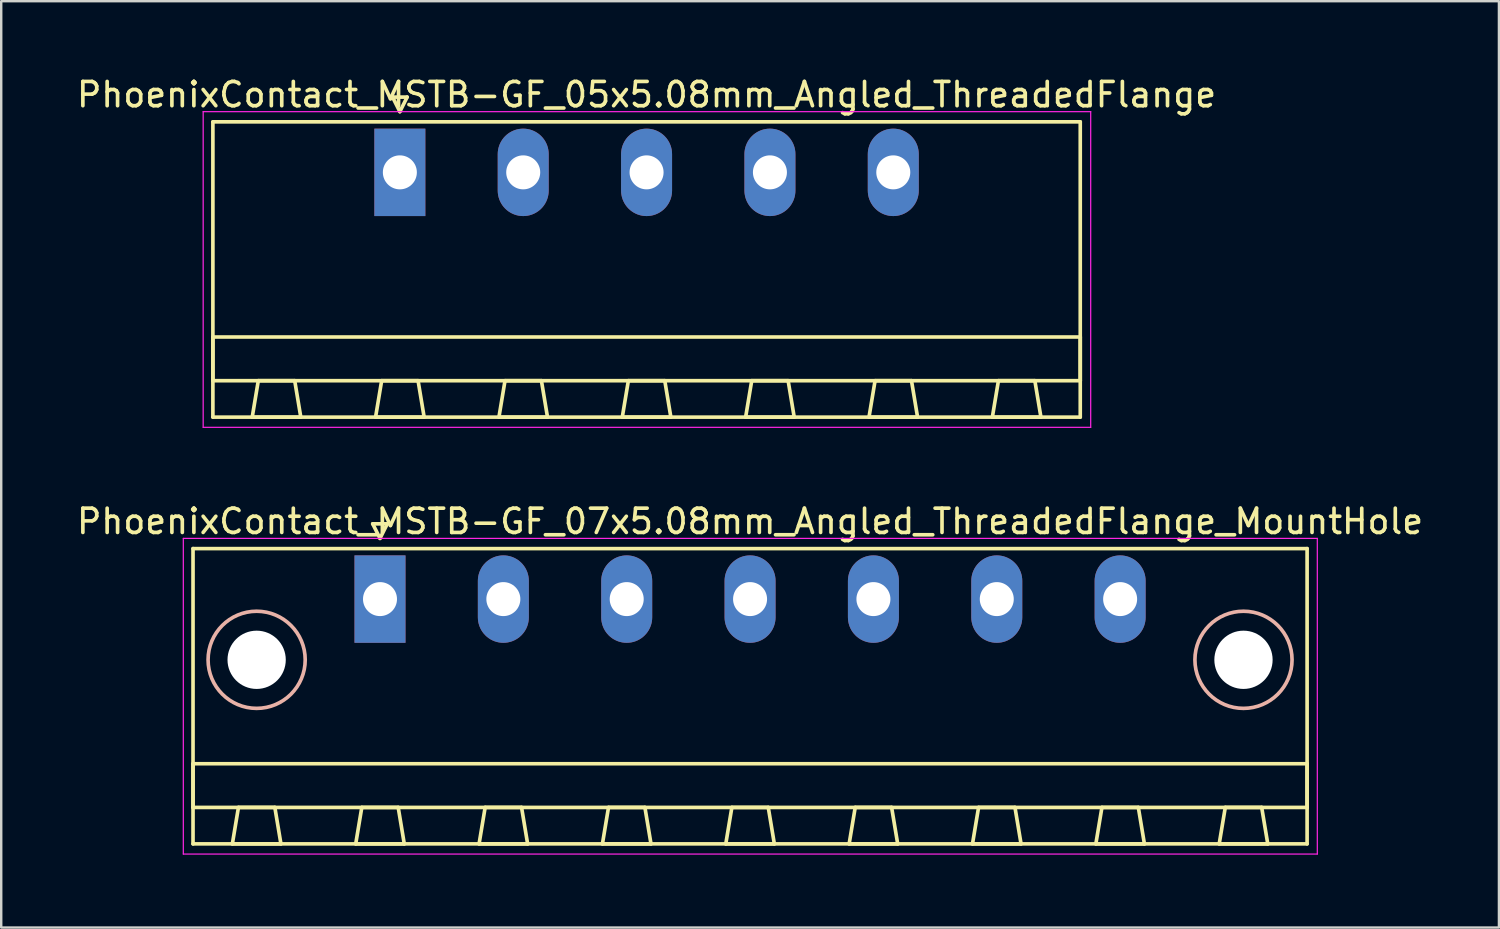
<source format=kicad_pcb>
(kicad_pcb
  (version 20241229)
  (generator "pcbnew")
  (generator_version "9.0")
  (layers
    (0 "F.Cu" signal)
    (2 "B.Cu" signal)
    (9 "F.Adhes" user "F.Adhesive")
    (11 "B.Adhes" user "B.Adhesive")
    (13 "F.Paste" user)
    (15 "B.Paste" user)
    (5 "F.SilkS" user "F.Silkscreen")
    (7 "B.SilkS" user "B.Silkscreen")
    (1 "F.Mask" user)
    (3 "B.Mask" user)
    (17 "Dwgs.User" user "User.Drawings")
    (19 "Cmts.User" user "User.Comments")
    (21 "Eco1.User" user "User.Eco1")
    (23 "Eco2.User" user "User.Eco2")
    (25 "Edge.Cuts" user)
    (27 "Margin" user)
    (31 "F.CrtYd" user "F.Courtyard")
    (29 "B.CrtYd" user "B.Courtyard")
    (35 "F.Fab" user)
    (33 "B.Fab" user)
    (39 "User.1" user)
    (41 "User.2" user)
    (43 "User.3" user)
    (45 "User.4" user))
  (footprint "PhoenixContact_MSTB-GF_07x5.08mm_Angled_ThreadedFlange_MountHole"
    (layer "F.Cu")
    (at 12.599 21.622)
    (property "Reference" "PhoenixContact_MSTB-GF_07x5.08mm_Angled_ThreadedFlange_MountHole" (at 15.24 -3.2 0) (layer "F.SilkS") (effects (font (size 1 1) (thickness 0.15))))
    (attr through_hole)
    (fp_line (start -7.7 -2.08) (end -7.7 10.08) (stroke (width 0.15) (type solid)) (layer "F.SilkS"))
    (fp_line (start -7.7 6.78) (end 38.18 6.78) (stroke (width 0.15) (type solid)) (layer "F.SilkS"))
    (fp_line (start -7.7 8.58) (end -7.7 6.78) (stroke (width 0.15) (type solid)) (layer "F.SilkS"))
    (fp_line (start -7.7 10.08) (end 38.18 10.08) (stroke (width 0.15) (type solid)) (layer "F.SilkS"))
    (fp_line (start -6.08 10.08) (end -4.08 10.08) (stroke (width 0.15) (type solid)) (layer "F.SilkS"))
    (fp_line (start -5.83 8.58) (end -6.08 10.08) (stroke (width 0.15) (type solid)) (layer "F.SilkS"))
    (fp_line (start -4.33 8.58) (end -5.83 8.58) (stroke (width 0.15) (type solid)) (layer "F.SilkS"))
    (fp_line (start -4.08 10.08) (end -4.33 8.58) (stroke (width 0.15) (type solid)) (layer "F.SilkS"))
    (fp_line (start -1 10.08) (end 1 10.08) (stroke (width 0.15) (type solid)) (layer "F.SilkS"))
    (fp_line (start -0.75 8.58) (end -1 10.08) (stroke (width 0.15) (type solid)) (layer "F.SilkS"))
    (fp_line (start -0.3 -3.1) (end 0 -2.5) (stroke (width 0.15) (type solid)) (layer "F.SilkS"))
    (fp_line (start 0 -2.5) (end 0.3 -3.1) (stroke (width 0.15) (type solid)) (layer "F.SilkS"))
    (fp_line (start 0.3 -3.1) (end -0.3 -3.1) (stroke (width 0.15) (type solid)) (layer "F.SilkS"))
    (fp_line (start 0.75 8.58) (end -0.75 8.58) (stroke (width 0.15) (type solid)) (layer "F.SilkS"))
    (fp_line (start 1 10.08) (end 0.75 8.58) (stroke (width 0.15) (type solid)) (layer "F.SilkS"))
    (fp_line (start 4.08 10.08) (end 6.08 10.08) (stroke (width 0.15) (type solid)) (layer "F.SilkS"))
    (fp_line (start 4.33 8.58) (end 4.08 10.08) (stroke (width 0.15) (type solid)) (layer "F.SilkS"))
    (fp_line (start 5.83 8.58) (end 4.33 8.58) (stroke (width 0.15) (type solid)) (layer "F.SilkS"))
    (fp_line (start 6.08 10.08) (end 5.83 8.58) (stroke (width 0.15) (type solid)) (layer "F.SilkS"))
    (fp_line (start 9.16 10.08) (end 11.16 10.08) (stroke (width 0.15) (type solid)) (layer "F.SilkS"))
    (fp_line (start 9.41 8.58) (end 9.16 10.08) (stroke (width 0.15) (type solid)) (layer "F.SilkS"))
    (fp_line (start 10.91 8.58) (end 9.41 8.58) (stroke (width 0.15) (type solid)) (layer "F.SilkS"))
    (fp_line (start 11.16 10.08) (end 10.91 8.58) (stroke (width 0.15) (type solid)) (layer "F.SilkS"))
    (fp_line (start 14.24 10.08) (end 16.24 10.08) (stroke (width 0.15) (type solid)) (layer "F.SilkS"))
    (fp_line (start 14.49 8.58) (end 14.24 10.08) (stroke (width 0.15) (type solid)) (layer "F.SilkS"))
    (fp_line (start 15.99 8.58) (end 14.49 8.58) (stroke (width 0.15) (type solid)) (layer "F.SilkS"))
    (fp_line (start 16.24 10.08) (end 15.99 8.58) (stroke (width 0.15) (type solid)) (layer "F.SilkS"))
    (fp_line (start 19.32 10.08) (end 21.32 10.08) (stroke (width 0.15) (type solid)) (layer "F.SilkS"))
    (fp_line (start 19.57 8.58) (end 19.32 10.08) (stroke (width 0.15) (type solid)) (layer "F.SilkS"))
    (fp_line (start 21.07 8.58) (end 19.57 8.58) (stroke (width 0.15) (type solid)) (layer "F.SilkS"))
    (fp_line (start 21.32 10.08) (end 21.07 8.58) (stroke (width 0.15) (type solid)) (layer "F.SilkS"))
    (fp_line (start 24.4 10.08) (end 26.4 10.08) (stroke (width 0.15) (type solid)) (layer "F.SilkS"))
    (fp_line (start 24.65 8.58) (end 24.4 10.08) (stroke (width 0.15) (type solid)) (layer "F.SilkS"))
    (fp_line (start 26.15 8.58) (end 24.65 8.58) (stroke (width 0.15) (type solid)) (layer "F.SilkS"))
    (fp_line (start 26.4 10.08) (end 26.15 8.58) (stroke (width 0.15) (type solid)) (layer "F.SilkS"))
    (fp_line (start 29.48 10.08) (end 31.48 10.08) (stroke (width 0.15) (type solid)) (layer "F.SilkS"))
    (fp_line (start 29.73 8.58) (end 29.48 10.08) (stroke (width 0.15) (type solid)) (layer "F.SilkS"))
    (fp_line (start 31.23 8.58) (end 29.73 8.58) (stroke (width 0.15) (type solid)) (layer "F.SilkS"))
    (fp_line (start 31.48 10.08) (end 31.23 8.58) (stroke (width 0.15) (type solid)) (layer "F.SilkS"))
    (fp_line (start 34.56 10.08) (end 36.56 10.08) (stroke (width 0.15) (type solid)) (layer "F.SilkS"))
    (fp_line (start 34.81 8.58) (end 34.56 10.08) (stroke (width 0.15) (type solid)) (layer "F.SilkS"))
    (fp_line (start 36.31 8.58) (end 34.81 8.58) (stroke (width 0.15) (type solid)) (layer "F.SilkS"))
    (fp_line (start 36.56 10.08) (end 36.31 8.58) (stroke (width 0.15) (type solid)) (layer "F.SilkS"))
    (fp_line (start 38.18 -2.08) (end -7.7 -2.08) (stroke (width 0.15) (type solid)) (layer "F.SilkS"))
    (fp_line (start 38.18 6.78) (end 38.18 8.58) (stroke (width 0.15) (type solid)) (layer "F.SilkS"))
    (fp_line (start 38.18 8.58) (end -7.7 8.58) (stroke (width 0.15) (type solid)) (layer "F.SilkS"))
    (fp_line (start 38.18 10.08) (end 38.18 -2.08) (stroke (width 0.15) (type solid)) (layer "F.SilkS"))
    (fp_circle (center -5.08 2.5) (end -3.08 2.5) (stroke (width 0.15) (type solid)) (fill no) (layer "B.SilkS"))
    (fp_circle (center 35.56 2.5) (end 37.56 2.5) (stroke (width 0.15) (type solid)) (fill no) (layer "B.SilkS"))
    (fp_line (start -8.1 -2.5) (end -8.1 10.5) (stroke (width 0.05) (type solid)) (layer "F.CrtYd"))
    (fp_line (start -8.1 10.5) (end 38.6 10.5) (stroke (width 0.05) (type solid)) (layer "F.CrtYd"))
    (fp_line (start 38.6 -2.5) (end -8.1 -2.5) (stroke (width 0.05) (type solid)) (layer "F.CrtYd"))
    (fp_line (start 38.6 10.5) (end 38.6 -2.5) (stroke (width 0.05) (type solid)) (layer "F.CrtYd"))
    (pad "" np_thru_hole circle (at -5.08 2.5) (size 2.4 2.4) (drill 2.4) (layers "*.Cu" "*.Mask"))
    (pad "" np_thru_hole circle (at 35.56 2.5) (size 2.4 2.4) (drill 2.4) (layers "*.Cu" "*.Mask"))
    (pad "1" thru_hole rect (at 0 0) (size 2.1 3.6) (drill 1.4) (layers "*.Cu" "*.Mask"))
    (pad "2" thru_hole oval (at 5.08 0) (size 2.1 3.6) (drill 1.4) (layers "*.Cu" "*.Mask"))
    (pad "3" thru_hole oval (at 10.16 0) (size 2.1 3.6) (drill 1.4) (layers "*.Cu" "*.Mask"))
    (pad "4" thru_hole oval (at 15.24 0) (size 2.1 3.6) (drill 1.4) (layers "*.Cu" "*.Mask"))
    (pad "5" thru_hole oval (at 20.32 0) (size 2.1 3.6) (drill 1.4) (layers "*.Cu" "*.Mask"))
    (pad "6" thru_hole oval (at 25.4 0) (size 2.1 3.6) (drill 1.4) (layers "*.Cu" "*.Mask"))
    (pad "7" thru_hole oval (at 30.48 0) (size 2.1 3.6) (drill 1.4) (layers "*.Cu" "*.Mask")))
  (footprint "PhoenixContact_MSTB-GF_05x5.08mm_Angled_ThreadedFlange"
    (layer "F.Cu")
    (at 13.417 4.048)
    (property "Reference" "PhoenixContact_MSTB-GF_05x5.08mm_Angled_ThreadedFlange" (at 10.16 -3.2 0) (layer "F.SilkS") (effects (font (size 1 1) (thickness 0.15))))
    (attr through_hole)
    (fp_line (start -7.7 -2.08) (end -7.7 10.08) (stroke (width 0.15) (type solid)) (layer "F.SilkS"))
    (fp_line (start -7.7 6.78) (end 28.02 6.78) (stroke (width 0.15) (type solid)) (layer "F.SilkS"))
    (fp_line (start -7.7 8.58) (end -7.7 6.78) (stroke (width 0.15) (type solid)) (layer "F.SilkS"))
    (fp_line (start -7.7 10.08) (end 28.02 10.08) (stroke (width 0.15) (type solid)) (layer "F.SilkS"))
    (fp_line (start -6.08 10.08) (end -4.08 10.08) (stroke (width 0.15) (type solid)) (layer "F.SilkS"))
    (fp_line (start -5.83 8.58) (end -6.08 10.08) (stroke (width 0.15) (type solid)) (layer "F.SilkS"))
    (fp_line (start -4.33 8.58) (end -5.83 8.58) (stroke (width 0.15) (type solid)) (layer "F.SilkS"))
    (fp_line (start -4.08 10.08) (end -4.33 8.58) (stroke (width 0.15) (type solid)) (layer "F.SilkS"))
    (fp_line (start -1 10.08) (end 1 10.08) (stroke (width 0.15) (type solid)) (layer "F.SilkS"))
    (fp_line (start -0.75 8.58) (end -1 10.08) (stroke (width 0.15) (type solid)) (layer "F.SilkS"))
    (fp_line (start -0.3 -3.1) (end 0 -2.5) (stroke (width 0.15) (type solid)) (layer "F.SilkS"))
    (fp_line (start 0 -2.5) (end 0.3 -3.1) (stroke (width 0.15) (type solid)) (layer "F.SilkS"))
    (fp_line (start 0.3 -3.1) (end -0.3 -3.1) (stroke (width 0.15) (type solid)) (layer "F.SilkS"))
    (fp_line (start 0.75 8.58) (end -0.75 8.58) (stroke (width 0.15) (type solid)) (layer "F.SilkS"))
    (fp_line (start 1 10.08) (end 0.75 8.58) (stroke (width 0.15) (type solid)) (layer "F.SilkS"))
    (fp_line (start 4.08 10.08) (end 6.08 10.08) (stroke (width 0.15) (type solid)) (layer "F.SilkS"))
    (fp_line (start 4.33 8.58) (end 4.08 10.08) (stroke (width 0.15) (type solid)) (layer "F.SilkS"))
    (fp_line (start 5.83 8.58) (end 4.33 8.58) (stroke (width 0.15) (type solid)) (layer "F.SilkS"))
    (fp_line (start 6.08 10.08) (end 5.83 8.58) (stroke (width 0.15) (type solid)) (layer "F.SilkS"))
    (fp_line (start 9.16 10.08) (end 11.16 10.08) (stroke (width 0.15) (type solid)) (layer "F.SilkS"))
    (fp_line (start 9.41 8.58) (end 9.16 10.08) (stroke (width 0.15) (type solid)) (layer "F.SilkS"))
    (fp_line (start 10.91 8.58) (end 9.41 8.58) (stroke (width 0.15) (type solid)) (layer "F.SilkS"))
    (fp_line (start 11.16 10.08) (end 10.91 8.58) (stroke (width 0.15) (type solid)) (layer "F.SilkS"))
    (fp_line (start 14.24 10.08) (end 16.24 10.08) (stroke (width 0.15) (type solid)) (layer "F.SilkS"))
    (fp_line (start 14.49 8.58) (end 14.24 10.08) (stroke (width 0.15) (type solid)) (layer "F.SilkS"))
    (fp_line (start 15.99 8.58) (end 14.49 8.58) (stroke (width 0.15) (type solid)) (layer "F.SilkS"))
    (fp_line (start 16.24 10.08) (end 15.99 8.58) (stroke (width 0.15) (type solid)) (layer "F.SilkS"))
    (fp_line (start 19.32 10.08) (end 21.32 10.08) (stroke (width 0.15) (type solid)) (layer "F.SilkS"))
    (fp_line (start 19.57 8.58) (end 19.32 10.08) (stroke (width 0.15) (type solid)) (layer "F.SilkS"))
    (fp_line (start 21.07 8.58) (end 19.57 8.58) (stroke (width 0.15) (type solid)) (layer "F.SilkS"))
    (fp_line (start 21.32 10.08) (end 21.07 8.58) (stroke (width 0.15) (type solid)) (layer "F.SilkS"))
    (fp_line (start 24.4 10.08) (end 26.4 10.08) (stroke (width 0.15) (type solid)) (layer "F.SilkS"))
    (fp_line (start 24.65 8.58) (end 24.4 10.08) (stroke (width 0.15) (type solid)) (layer "F.SilkS"))
    (fp_line (start 26.15 8.58) (end 24.65 8.58) (stroke (width 0.15) (type solid)) (layer "F.SilkS"))
    (fp_line (start 26.4 10.08) (end 26.15 8.58) (stroke (width 0.15) (type solid)) (layer "F.SilkS"))
    (fp_line (start 28.02 -2.08) (end -7.7 -2.08) (stroke (width 0.15) (type solid)) (layer "F.SilkS"))
    (fp_line (start 28.02 6.78) (end 28.02 8.58) (stroke (width 0.15) (type solid)) (layer "F.SilkS"))
    (fp_line (start 28.02 8.58) (end -7.7 8.58) (stroke (width 0.15) (type solid)) (layer "F.SilkS"))
    (fp_line (start 28.02 10.08) (end 28.02 -2.08) (stroke (width 0.15) (type solid)) (layer "F.SilkS"))
    (fp_line (start -8.1 -2.5) (end -8.1 10.5) (stroke (width 0.05) (type solid)) (layer "F.CrtYd"))
    (fp_line (start -8.1 10.5) (end 28.45 10.5) (stroke (width 0.05) (type solid)) (layer "F.CrtYd"))
    (fp_line (start 28.45 -2.5) (end -8.1 -2.5) (stroke (width 0.05) (type solid)) (layer "F.CrtYd"))
    (fp_line (start 28.45 10.5) (end 28.45 -2.5) (stroke (width 0.05) (type solid)) (layer "F.CrtYd"))
    (pad "1" thru_hole rect (at 0 0) (size 2.1 3.6) (drill 1.4) (layers "*.Cu" "*.Mask"))
    (pad "2" thru_hole oval (at 5.08 0) (size 2.1 3.6) (drill 1.4) (layers "*.Cu" "*.Mask"))
    (pad "3" thru_hole oval (at 10.16 0) (size 2.1 3.6) (drill 1.4) (layers "*.Cu" "*.Mask"))
    (pad "4" thru_hole oval (at 15.24 0) (size 2.1 3.6) (drill 1.4) (layers "*.Cu" "*.Mask"))
    (pad "5" thru_hole oval (at 20.32 0) (size 2.1 3.6) (drill 1.4) (layers "*.Cu" "*.Mask")))
  (gr_rect
    (start -3 -3)
    (end 58.679 35.147)
    (stroke (width 0.1) (type default))
    (fill no)
    (layer "Edge.Cuts")))
</source>
